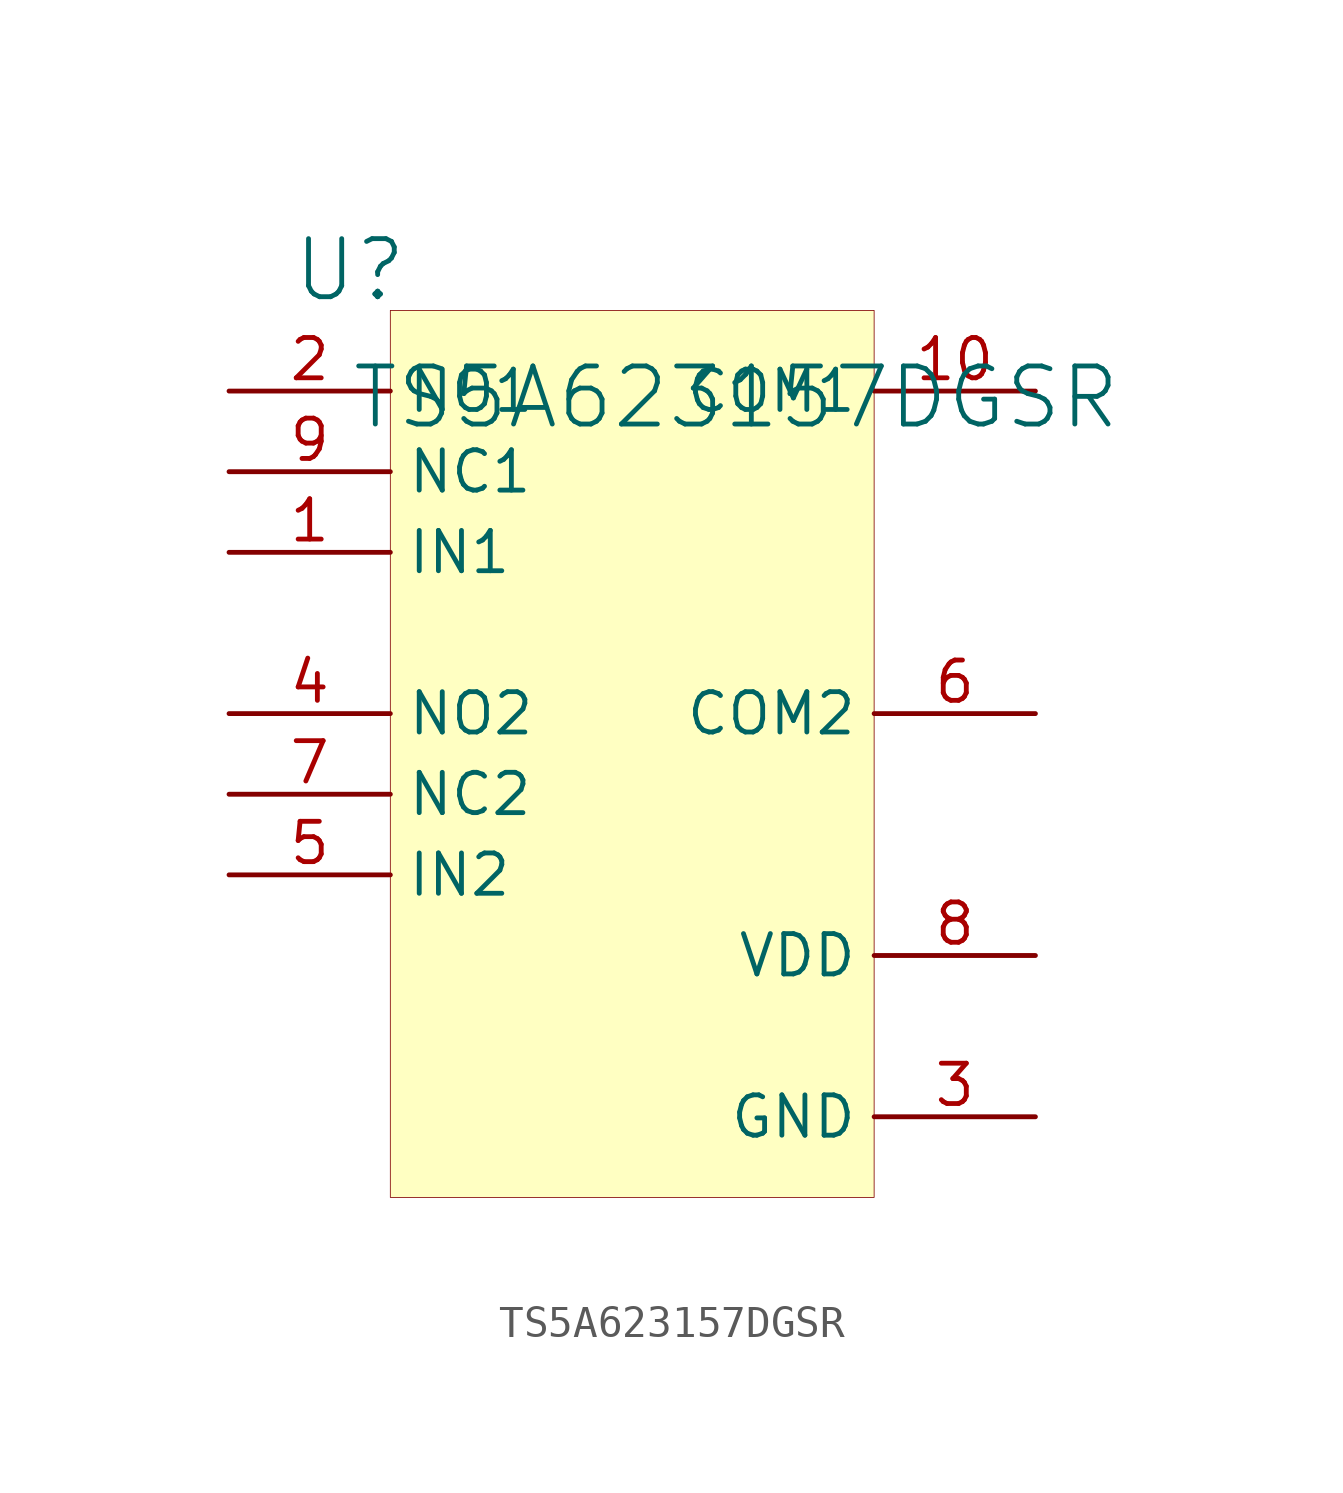
<source format=kicad_sym>
(kicad_symbol_lib
  (version 20231120)
  (generator "kicad_symbol_editor")
  (generator_version "8.0")
  (symbol "TS5A623157DGSR"
    (property "Reference" "U"
      (at -1.27 1.27 0)
      (effects (font (size 1.829 1.829))))
    (property "Value" "TS5A623157DGSR"
      (at -1.27 -3.81 0)
      (effects (font (size 1.829 1.829)) (justify left bottom)))
    (symbol "TS5A623157DGSR_1_0"
      (rectangle (start 15.24 0) (end 0 -27.94) (stroke (width 0.025) (type solid) (color 128 0 0 1)) (fill (type background)))
      (pin passive line (at -5.08 -7.62 0) (length 5.08) (name "IN1" (effects (font (size 1.27 1.27)))) (number "1" (effects (font (size 1.27 1.27)))))
      (pin passive line (at 20.32 -2.54 180) (length 5.08) (name "COM1" (effects (font (size 1.27 1.27)))) (number "10" (effects (font (size 1.27 1.27)))))
      (pin passive line (at -5.08 -2.54 0) (length 5.08) (name "NO1" (effects (font (size 1.27 1.27)))) (number "2" (effects (font (size 1.27 1.27)))))
      (pin passive line (at 20.32 -25.4 180) (length 5.08) (name "GND" (effects (font (size 1.27 1.27)))) (number "3" (effects (font (size 1.27 1.27)))))
      (pin passive line (at -5.08 -12.7 0) (length 5.08) (name "NO2" (effects (font (size 1.27 1.27)))) (number "4" (effects (font (size 1.27 1.27)))))
      (pin passive line (at -5.08 -17.78 0) (length 5.08) (name "IN2" (effects (font (size 1.27 1.27)))) (number "5" (effects (font (size 1.27 1.27)))))
      (pin passive line (at 20.32 -12.7 180) (length 5.08) (name "COM2" (effects (font (size 1.27 1.27)))) (number "6" (effects (font (size 1.27 1.27)))))
      (pin passive line (at -5.08 -15.24 0) (length 5.08) (name "NC2" (effects (font (size 1.27 1.27)))) (number "7" (effects (font (size 1.27 1.27)))))
      (pin passive line (at 20.32 -20.32 180) (length 5.08) (name "VDD" (effects (font (size 1.27 1.27)))) (number "8" (effects (font (size 1.27 1.27)))))
      (pin passive line (at -5.08 -5.08 0) (length 5.08) (name "NC1" (effects (font (size 1.27 1.27)))) (number "9" (effects (font (size 1.27 1.27))))))))
</source>
